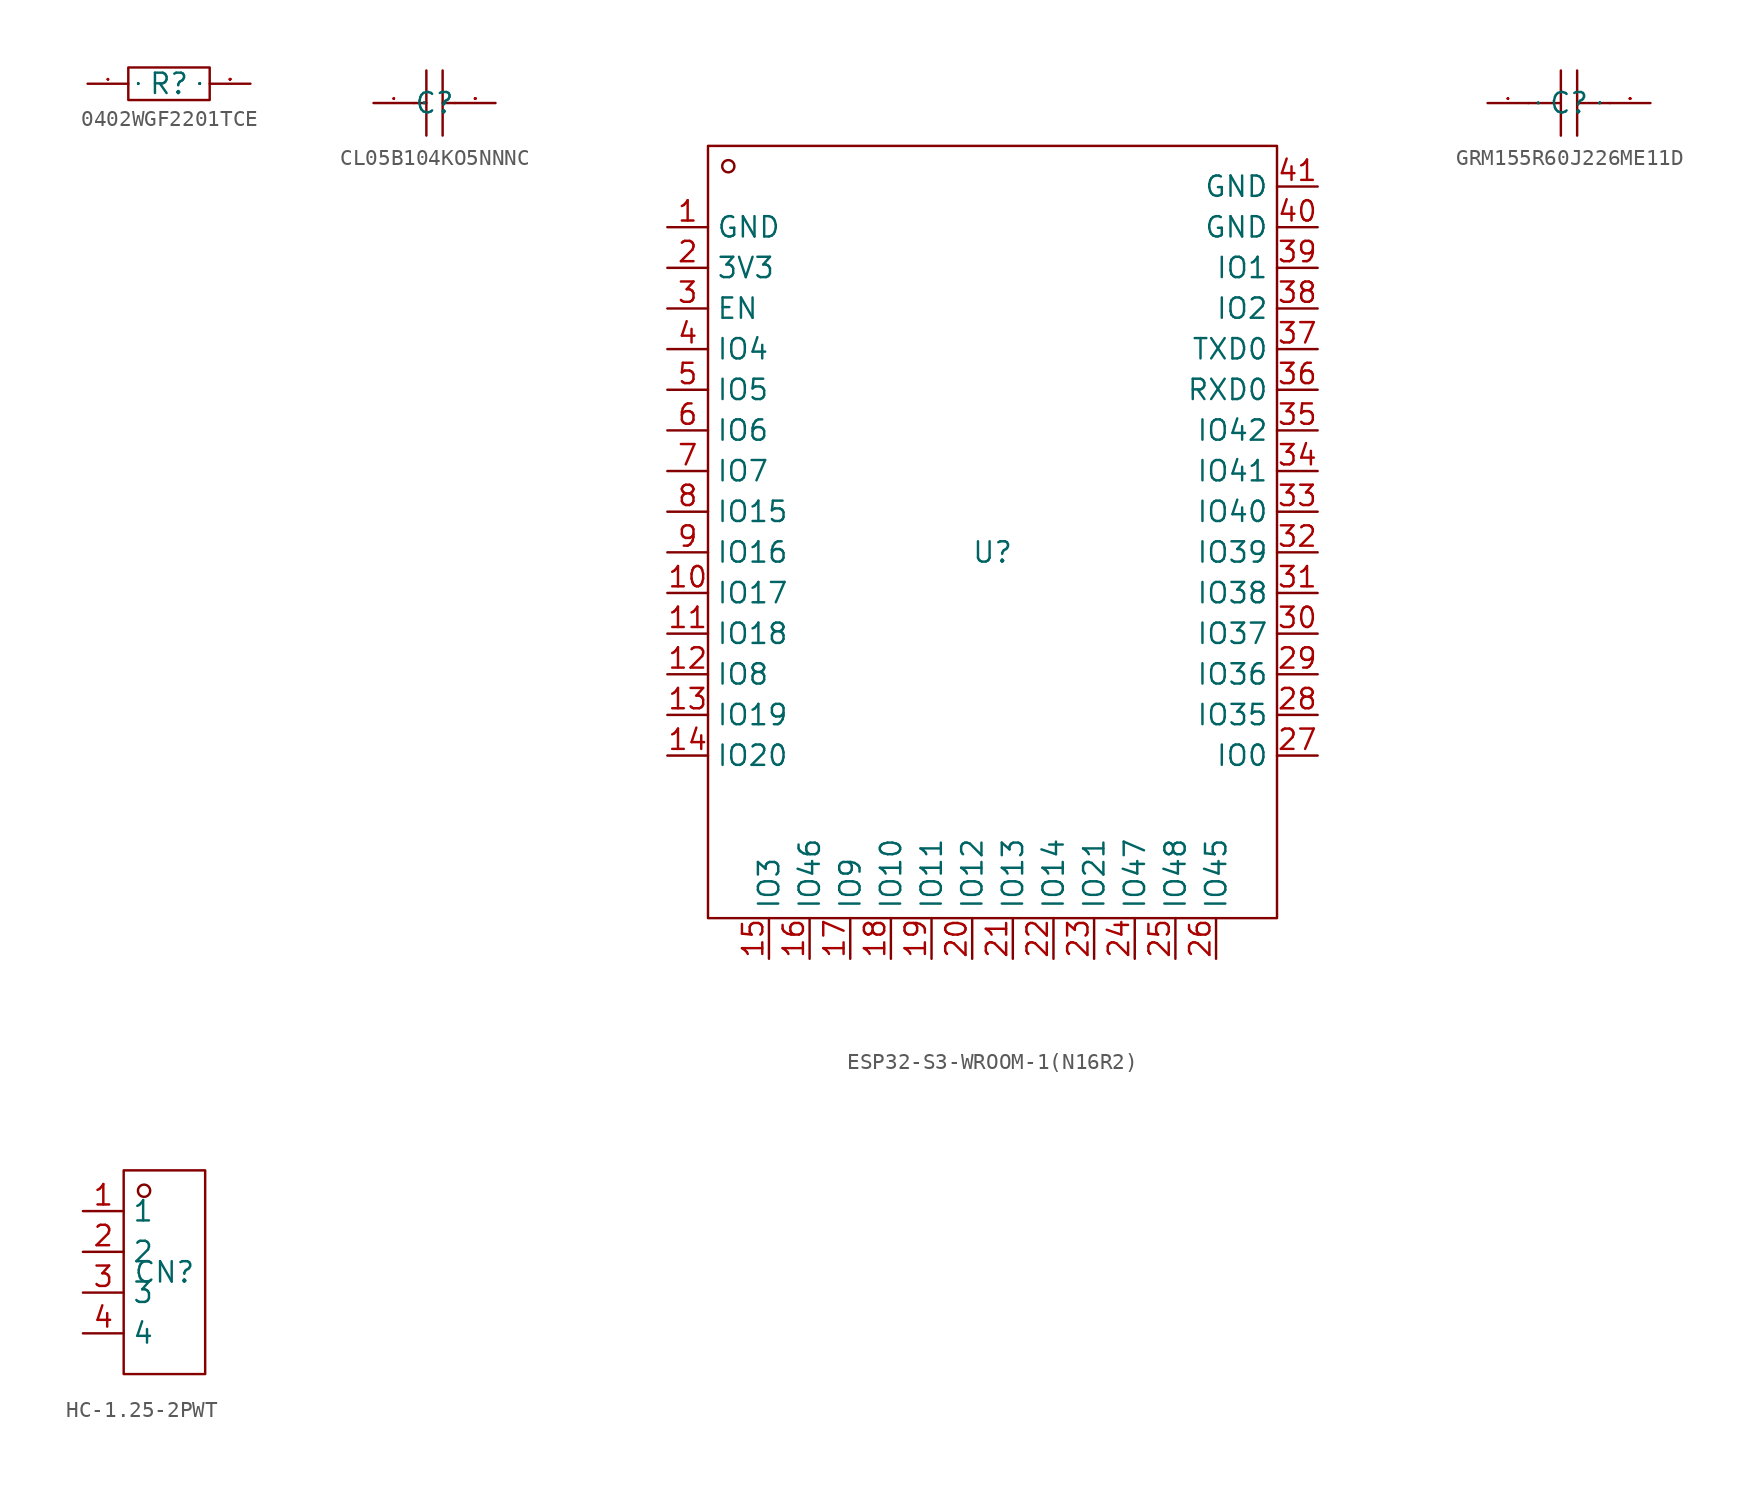
<source format=kicad_sym>
(kicad_symbol_lib
  (version 20241209)
  (generator "kicad_symbol_editor")
  (generator_version "9.0")
  (symbol "0402WGF2201TCE"
    (property "Reference" "R"
      (at 0 0 0)
      (effects (font (size 1.27 1.27))))
    (symbol "0402WGF2201TCE_1_0"
      (rectangle (start -2.54 -1.016) (end 2.54 1.016) (stroke (width 0) (type default)) (fill (type none)))
      (pin input line (at -5.08 0 0) (length 2.54) (name "1" (effects (font (size 0.025 0.025)))) (number "1" (effects (font (size 0.025 0.025)))))
      (pin input line (at 5.08 0 180) (length 2.54) (name "2" (effects (font (size 0.025 0.025)))) (number "2" (effects (font (size 0.025 0.025)))))))
  (symbol "CL05B104KO5NNNC"
    (property "Reference" "C"
      (at 0 0 0)
      (effects (font (size 1.27 1.27))))
    (symbol "CL05B104KO5NNNC_1_0"
      (polyline (pts (xy -1.27 0) (xy -0.508 0)) (stroke (width 0) (type default)) (fill (type none)))
      (polyline (pts (xy -0.508 2.032) (xy -0.508 -2.032)) (stroke (width 0) (type default)) (fill (type none)))
      (polyline (pts (xy 0.508 2.032) (xy 0.508 -2.032)) (stroke (width 0) (type default)) (fill (type none)))
      (polyline (pts (xy 0.508 0) (xy 1.27 0)) (stroke (width 0) (type default)) (fill (type none)))
      (pin input line (at -3.81 0 0) (length 2.54) (name "1" (effects (font (size 0.025 0.025)))) (number "1" (effects (font (size 0.025 0.025)))))
      (pin input line (at 3.81 0 180) (length 2.54) (name "2" (effects (font (size 0.025 0.025)))) (number "2" (effects (font (size 0.025 0.025)))))))
  (symbol "ESP32-S3-WROOM-1(N16R2)"
    (property "Reference" "U"
      (at 0 0 0)
      (effects (font (size 1.27 1.27))))
    (property "Value" ""
      (at 0 0 0)
      (effects (font (size 1.27 1.27))))
    (symbol "ESP32-S3-WROOM-1(N16R2)_1_0"
      (rectangle (start -17.78 -22.86) (end 17.78 25.4) (stroke (width 0) (type default)) (fill (type none)))
      (circle (center -16.51 24.13) (radius 0.381) (stroke (width 0) (type default)) (fill (type none)))
      (pin input line (at -20.32 20.32 0) (length 2.54) (name "GND" (effects (font (size 1.27 1.27)))) (number "1" (effects (font (size 1.27 1.27)))))
      (pin input line (at -20.32 17.78 0) (length 2.54) (name "3V3" (effects (font (size 1.27 1.27)))) (number "2" (effects (font (size 1.27 1.27)))))
      (pin input line (at -20.32 15.24 0) (length 2.54) (name "EN" (effects (font (size 1.27 1.27)))) (number "3" (effects (font (size 1.27 1.27)))))
      (pin input line (at -20.32 12.7 0) (length 2.54) (name "IO4" (effects (font (size 1.27 1.27)))) (number "4" (effects (font (size 1.27 1.27)))))
      (pin input line (at -20.32 10.16 0) (length 2.54) (name "IO5" (effects (font (size 1.27 1.27)))) (number "5" (effects (font (size 1.27 1.27)))))
      (pin input line (at -20.32 7.62 0) (length 2.54) (name "IO6" (effects (font (size 1.27 1.27)))) (number "6" (effects (font (size 1.27 1.27)))))
      (pin input line (at -20.32 5.08 0) (length 2.54) (name "IO7" (effects (font (size 1.27 1.27)))) (number "7" (effects (font (size 1.27 1.27)))))
      (pin input line (at -20.32 2.54 0) (length 2.54) (name "IO15" (effects (font (size 1.27 1.27)))) (number "8" (effects (font (size 1.27 1.27)))))
      (pin input line (at -20.32 0 0) (length 2.54) (name "IO16" (effects (font (size 1.27 1.27)))) (number "9" (effects (font (size 1.27 1.27)))))
      (pin input line (at -20.32 -2.54 0) (length 2.54) (name "IO17" (effects (font (size 1.27 1.27)))) (number "10" (effects (font (size 1.27 1.27)))))
      (pin input line (at -20.32 -5.08 0) (length 2.54) (name "IO18" (effects (font (size 1.27 1.27)))) (number "11" (effects (font (size 1.27 1.27)))))
      (pin input line (at -20.32 -7.62 0) (length 2.54) (name "IO8" (effects (font (size 1.27 1.27)))) (number "12" (effects (font (size 1.27 1.27)))))
      (pin input line (at -20.32 -10.16 0) (length 2.54) (name "IO19" (effects (font (size 1.27 1.27)))) (number "13" (effects (font (size 1.27 1.27)))))
      (pin input line (at -20.32 -12.7 0) (length 2.54) (name "IO20" (effects (font (size 1.27 1.27)))) (number "14" (effects (font (size 1.27 1.27)))))
      (pin input line (at -13.97 -25.4 90) (length 2.54) (name "IO3" (effects (font (size 1.27 1.27)))) (number "15" (effects (font (size 1.27 1.27)))))
      (pin input line (at -11.43 -25.4 90) (length 2.54) (name "IO46" (effects (font (size 1.27 1.27)))) (number "16" (effects (font (size 1.27 1.27)))))
      (pin input line (at -8.89 -25.4 90) (length 2.54) (name "IO9" (effects (font (size 1.27 1.27)))) (number "17" (effects (font (size 1.27 1.27)))))
      (pin input line (at -6.35 -25.4 90) (length 2.54) (name "IO10" (effects (font (size 1.27 1.27)))) (number "18" (effects (font (size 1.27 1.27)))))
      (pin input line (at -3.81 -25.4 90) (length 2.54) (name "IO11" (effects (font (size 1.27 1.27)))) (number "19" (effects (font (size 1.27 1.27)))))
      (pin input line (at -1.27 -25.4 90) (length 2.54) (name "IO12" (effects (font (size 1.27 1.27)))) (number "20" (effects (font (size 1.27 1.27)))))
      (pin input line (at 1.27 -25.4 90) (length 2.54) (name "IO13" (effects (font (size 1.27 1.27)))) (number "21" (effects (font (size 1.27 1.27)))))
      (pin input line (at 3.81 -25.4 90) (length 2.54) (name "IO14" (effects (font (size 1.27 1.27)))) (number "22" (effects (font (size 1.27 1.27)))))
      (pin input line (at 6.35 -25.4 90) (length 2.54) (name "IO21" (effects (font (size 1.27 1.27)))) (number "23" (effects (font (size 1.27 1.27)))))
      (pin input line (at 8.89 -25.4 90) (length 2.54) (name "IO47" (effects (font (size 1.27 1.27)))) (number "24" (effects (font (size 1.27 1.27)))))
      (pin input line (at 11.43 -25.4 90) (length 2.54) (name "IO48" (effects (font (size 1.27 1.27)))) (number "25" (effects (font (size 1.27 1.27)))))
      (pin input line (at 13.97 -25.4 90) (length 2.54) (name "IO45" (effects (font (size 1.27 1.27)))) (number "26" (effects (font (size 1.27 1.27)))))
      (pin input line (at 20.32 22.86 180) (length 2.54) (name "GND" (effects (font (size 1.27 1.27)))) (number "41" (effects (font (size 1.27 1.27)))))
      (pin input line (at 20.32 20.32 180) (length 2.54) (name "GND" (effects (font (size 1.27 1.27)))) (number "40" (effects (font (size 1.27 1.27)))))
      (pin input line (at 20.32 17.78 180) (length 2.54) (name "IO1" (effects (font (size 1.27 1.27)))) (number "39" (effects (font (size 1.27 1.27)))))
      (pin input line (at 20.32 15.24 180) (length 2.54) (name "IO2" (effects (font (size 1.27 1.27)))) (number "38" (effects (font (size 1.27 1.27)))))
      (pin input line (at 20.32 12.7 180) (length 2.54) (name "TXD0" (effects (font (size 1.27 1.27)))) (number "37" (effects (font (size 1.27 1.27)))))
      (pin input line (at 20.32 10.16 180) (length 2.54) (name "RXD0" (effects (font (size 1.27 1.27)))) (number "36" (effects (font (size 1.27 1.27)))))
      (pin input line (at 20.32 7.62 180) (length 2.54) (name "IO42" (effects (font (size 1.27 1.27)))) (number "35" (effects (font (size 1.27 1.27)))))
      (pin input line (at 20.32 5.08 180) (length 2.54) (name "IO41" (effects (font (size 1.27 1.27)))) (number "34" (effects (font (size 1.27 1.27)))))
      (pin input line (at 20.32 2.54 180) (length 2.54) (name "IO40" (effects (font (size 1.27 1.27)))) (number "33" (effects (font (size 1.27 1.27)))))
      (pin input line (at 20.32 0 180) (length 2.54) (name "IO39" (effects (font (size 1.27 1.27)))) (number "32" (effects (font (size 1.27 1.27)))))
      (pin input line (at 20.32 -2.54 180) (length 2.54) (name "IO38" (effects (font (size 1.27 1.27)))) (number "31" (effects (font (size 1.27 1.27)))))
      (pin input line (at 20.32 -5.08 180) (length 2.54) (name "IO37" (effects (font (size 1.27 1.27)))) (number "30" (effects (font (size 1.27 1.27)))))
      (pin input line (at 20.32 -7.62 180) (length 2.54) (name "IO36" (effects (font (size 1.27 1.27)))) (number "29" (effects (font (size 1.27 1.27)))))
      (pin input line (at 20.32 -10.16 180) (length 2.54) (name "IO35" (effects (font (size 1.27 1.27)))) (number "28" (effects (font (size 1.27 1.27)))))
      (pin input line (at 20.32 -12.7 180) (length 2.54) (name "IO0" (effects (font (size 1.27 1.27)))) (number "27" (effects (font (size 1.27 1.27)))))))
  (symbol "GRM155R60J226ME11D"
    (property "Reference" "C"
      (at 0 0 0)
      (effects (font (size 1.27 1.27))))
    (symbol "GRM155R60J226ME11D_1_0"
      (polyline (pts (xy -0.508 0) (xy -2.54 0)) (stroke (width 0) (type default)) (fill (type none)))
      (polyline (pts (xy -0.508 -2.032) (xy -0.508 2.032)) (stroke (width 0) (type default)) (fill (type none)))
      (polyline (pts (xy 0.508 2.032) (xy 0.508 -2.032)) (stroke (width 0) (type default)) (fill (type none)))
      (polyline (pts (xy 2.54 0) (xy 0.508 0)) (stroke (width 0) (type default)) (fill (type none)))
      (pin input line (at -5.08 0 0) (length 2.54) (name "1" (effects (font (size 0.025 0.025)))) (number "1" (effects (font (size 0.025 0.025)))))
      (pin input line (at 5.08 0 180) (length 2.54) (name "2" (effects (font (size 0.025 0.025)))) (number "2" (effects (font (size 0.025 0.025)))))))
  (symbol "HC-1.25-2PWT"
    (property "Reference" "CN"
      (at 0 0 0)
      (effects (font (size 1.27 1.27))))
    (property "Value" ""
      (at 0 0 0)
      (effects (font (size 1.27 1.27))))
    (symbol "HC-1.25-2PWT_1_0"
      (rectangle (start -2.54 -6.35) (end 2.54 6.35) (stroke (width 0) (type default)) (fill (type none)))
      (circle (center -1.27 5.08) (radius 0.381) (stroke (width 0) (type default)) (fill (type none)))
      (pin input line (at -5.08 3.81 0) (length 2.54) (name "1" (effects (font (size 1.27 1.27)))) (number "1" (effects (font (size 1.27 1.27)))))
      (pin input line (at -5.08 1.27 0) (length 2.54) (name "2" (effects (font (size 1.27 1.27)))) (number "2" (effects (font (size 1.27 1.27)))))
      (pin input line (at -5.08 -1.27 0) (length 2.54) (name "3" (effects (font (size 1.27 1.27)))) (number "3" (effects (font (size 1.27 1.27)))))
      (pin input line (at -5.08 -3.81 0) (length 2.54) (name "4" (effects (font (size 1.27 1.27)))) (number "4" (effects (font (size 1.27 1.27))))))))
</source>
